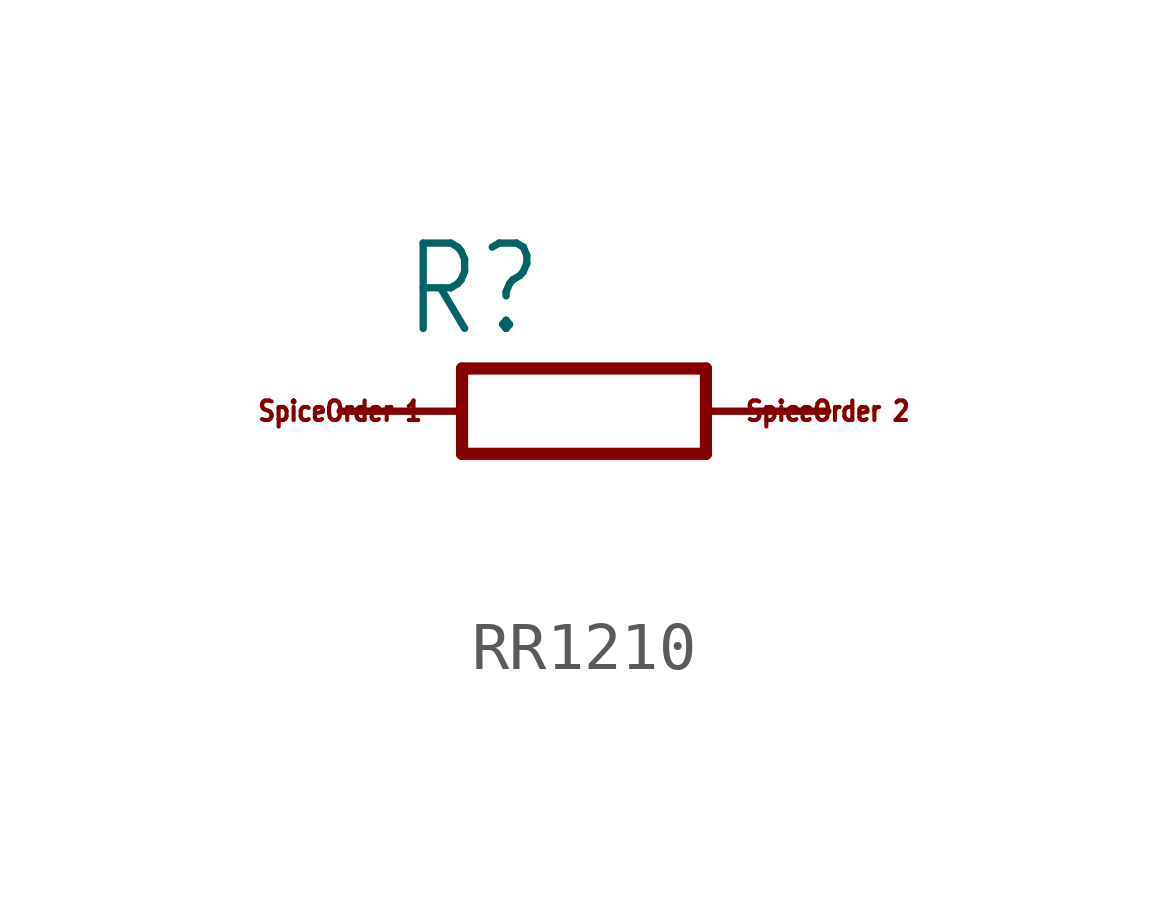
<source format=kicad_sym>
(kicad_symbol_lib
  (version 20220914)
  (generator kicad_symbol_editor)
  (symbol "RR1210"
    (property "Reference" "R"
      (at -3.81 1.499 0)
      (effects (font (size 1.778 1.511)) (justify left bottom)))
    (property "Value" ""
      (at -3.81 -3.302 0)
      (effects (font (size 1.778 1.511)) (justify left bottom)))
    (property "ki_locked" ""
      (at 0 0 0)
      (effects (font (size 1.27 1.27))))
    (symbol "RR1210_1_0"
      (polyline (pts (xy -2.54 -0.889) (xy -2.54 0.889)) (stroke (width 0.254) (type solid)) (fill (type none)))
      (polyline (pts (xy -2.54 -0.889) (xy 2.54 -0.889)) (stroke (width 0.254) (type solid)) (fill (type none)))
      (polyline (pts (xy 2.54 -0.889) (xy 2.54 0.889)) (stroke (width 0.254) (type solid)) (fill (type none)))
      (polyline (pts (xy 2.54 0.889) (xy -2.54 0.889)) (stroke (width 0.254) (type solid)) (fill (type none)))
      (text "SpiceOrder 1" (at -5.08 0 0) (effects (font (size 0.406 0.345))))
      (text "SpiceOrder 2" (at 5.08 0 0) (effects (font (size 0.406 0.345))))
      (pin passive line (at -5.08 0 0) (length 2.54) (name "1" (effects (font (size 0 0)))) (number "1" (effects (font (size 0 0)))))
      (pin passive line (at 5.08 0 180) (length 2.54) (name "2" (effects (font (size 0 0)))) (number "2" (effects (font (size 0 0))))))))
</source>
